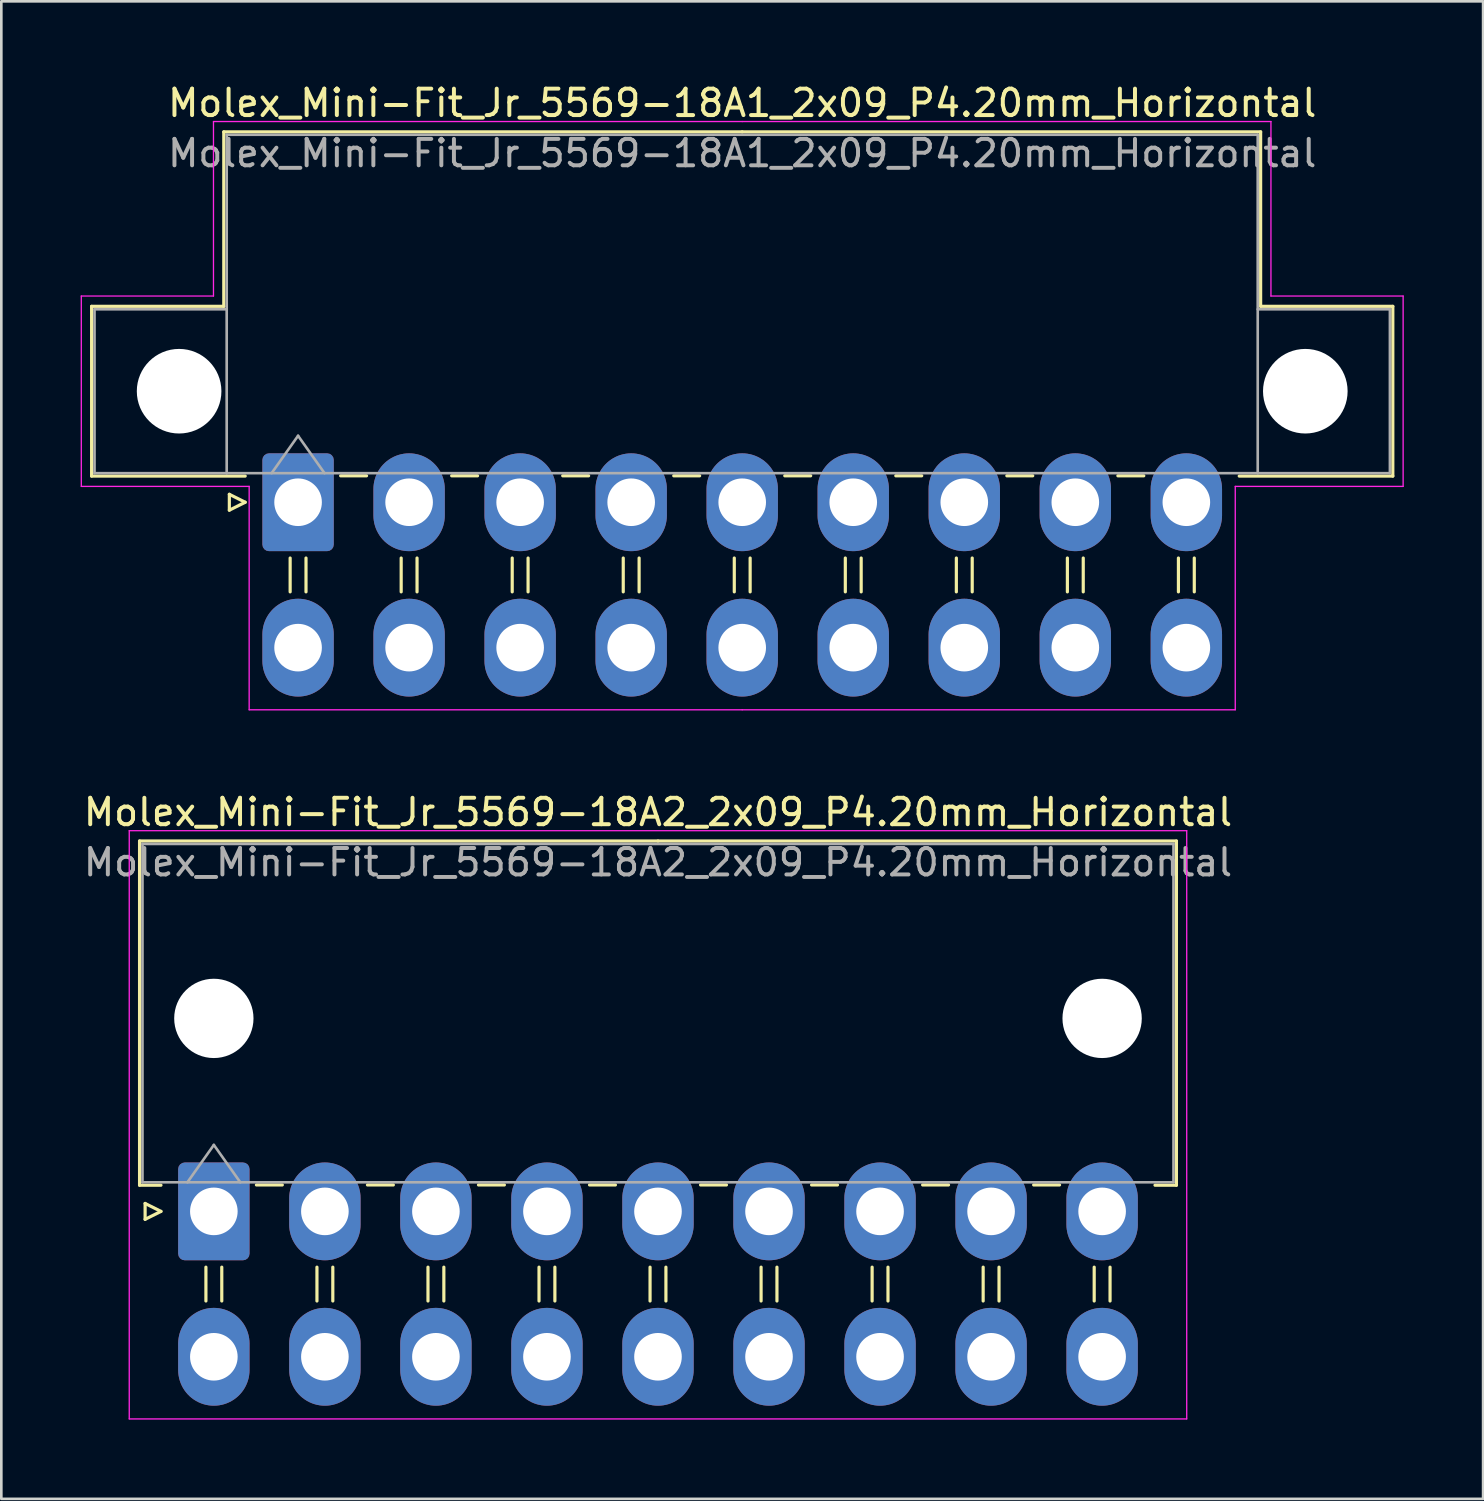
<source format=kicad_pcb>
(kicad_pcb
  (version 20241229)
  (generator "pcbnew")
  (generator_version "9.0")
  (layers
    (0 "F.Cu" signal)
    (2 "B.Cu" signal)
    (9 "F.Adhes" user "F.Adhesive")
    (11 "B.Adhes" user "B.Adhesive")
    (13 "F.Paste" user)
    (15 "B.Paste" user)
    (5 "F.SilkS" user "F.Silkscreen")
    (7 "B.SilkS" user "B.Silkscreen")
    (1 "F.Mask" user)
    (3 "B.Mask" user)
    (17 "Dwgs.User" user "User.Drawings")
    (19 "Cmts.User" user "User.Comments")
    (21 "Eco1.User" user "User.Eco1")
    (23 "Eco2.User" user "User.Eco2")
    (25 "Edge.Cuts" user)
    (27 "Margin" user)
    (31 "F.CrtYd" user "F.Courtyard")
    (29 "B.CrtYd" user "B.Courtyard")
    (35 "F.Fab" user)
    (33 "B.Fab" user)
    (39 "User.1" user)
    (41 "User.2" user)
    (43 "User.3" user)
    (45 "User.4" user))
  (footprint "Molex_Mini-Fit_Jr_5569-18A2_2x09_P4.20mm_Horizontal"
    (layer "F.Cu")
    (at 5.039 42.772)
    (property "Reference" "Molex_Mini-Fit_Jr_5569-18A2_2x09_P4.20mm_Horizontal" (at 16.8 -15.1 0) (layer "F.SilkS") (effects (font (size 1 1) (thickness 0.15))))
    (attr through_hole)
    (fp_line (start -2.81 -14.01) (end 16.8 -14.01) (stroke (width 0.12) (type solid)) (layer "F.SilkS"))
    (fp_line (start -2.81 -0.99) (end -2.81 -14.01) (stroke (width 0.12) (type solid)) (layer "F.SilkS"))
    (fp_line (start -2.6 -0.3) (end -2 0) (stroke (width 0.12) (type solid)) (layer "F.SilkS"))
    (fp_line (start -2.6 0.3) (end -2.6 -0.3) (stroke (width 0.12) (type solid)) (layer "F.SilkS"))
    (fp_line (start -2 -0.99) (end -2.81 -0.99) (stroke (width 0.12) (type solid)) (layer "F.SilkS"))
    (fp_line (start -2 0) (end -2.6 0.3) (stroke (width 0.12) (type solid)) (layer "F.SilkS"))
    (fp_line (start -0.3 2.11) (end -0.3 3.39) (stroke (width 0.12) (type solid)) (layer "F.SilkS"))
    (fp_line (start 0.3 2.11) (end 0.3 3.39) (stroke (width 0.12) (type solid)) (layer "F.SilkS"))
    (fp_line (start 1.61 -1) (end 2.59 -1) (stroke (width 0.12) (type solid)) (layer "F.SilkS"))
    (fp_line (start 3.9 2.11) (end 3.9 3.39) (stroke (width 0.12) (type solid)) (layer "F.SilkS"))
    (fp_line (start 4.5 2.11) (end 4.5 3.39) (stroke (width 0.12) (type solid)) (layer "F.SilkS"))
    (fp_line (start 5.81 -1) (end 6.79 -1) (stroke (width 0.12) (type solid)) (layer "F.SilkS"))
    (fp_line (start 8.1 2.11) (end 8.1 3.39) (stroke (width 0.12) (type solid)) (layer "F.SilkS"))
    (fp_line (start 8.7 2.11) (end 8.7 3.39) (stroke (width 0.12) (type solid)) (layer "F.SilkS"))
    (fp_line (start 10.01 -1) (end 10.99 -1) (stroke (width 0.12) (type solid)) (layer "F.SilkS"))
    (fp_line (start 12.3 2.11) (end 12.3 3.39) (stroke (width 0.12) (type solid)) (layer "F.SilkS"))
    (fp_line (start 12.9 2.11) (end 12.9 3.39) (stroke (width 0.12) (type solid)) (layer "F.SilkS"))
    (fp_line (start 14.21 -1) (end 15.19 -1) (stroke (width 0.12) (type solid)) (layer "F.SilkS"))
    (fp_line (start 16.5 2.11) (end 16.5 3.39) (stroke (width 0.12) (type solid)) (layer "F.SilkS"))
    (fp_line (start 17.1 2.11) (end 17.1 3.39) (stroke (width 0.12) (type solid)) (layer "F.SilkS"))
    (fp_line (start 18.41 -1) (end 19.39 -1) (stroke (width 0.12) (type solid)) (layer "F.SilkS"))
    (fp_line (start 20.7 2.11) (end 20.7 3.39) (stroke (width 0.12) (type solid)) (layer "F.SilkS"))
    (fp_line (start 21.3 2.11) (end 21.3 3.39) (stroke (width 0.12) (type solid)) (layer "F.SilkS"))
    (fp_line (start 22.61 -1) (end 23.59 -1) (stroke (width 0.12) (type solid)) (layer "F.SilkS"))
    (fp_line (start 24.9 2.11) (end 24.9 3.39) (stroke (width 0.12) (type solid)) (layer "F.SilkS"))
    (fp_line (start 25.5 2.11) (end 25.5 3.39) (stroke (width 0.12) (type solid)) (layer "F.SilkS"))
    (fp_line (start 26.81 -1) (end 27.79 -1) (stroke (width 0.12) (type solid)) (layer "F.SilkS"))
    (fp_line (start 29.1 2.11) (end 29.1 3.39) (stroke (width 0.12) (type solid)) (layer "F.SilkS"))
    (fp_line (start 29.7 2.11) (end 29.7 3.39) (stroke (width 0.12) (type solid)) (layer "F.SilkS"))
    (fp_line (start 31.01 -1) (end 31.99 -1) (stroke (width 0.12) (type solid)) (layer "F.SilkS"))
    (fp_line (start 33.3 2.11) (end 33.3 3.39) (stroke (width 0.12) (type solid)) (layer "F.SilkS"))
    (fp_line (start 33.9 2.11) (end 33.9 3.39) (stroke (width 0.12) (type solid)) (layer "F.SilkS"))
    (fp_line (start 35.6 -0.99) (end 36.41 -0.99) (stroke (width 0.12) (type solid)) (layer "F.SilkS"))
    (fp_line (start 36.41 -14.01) (end 16.8 -14.01) (stroke (width 0.12) (type solid)) (layer "F.SilkS"))
    (fp_line (start 36.41 -0.99) (end 36.41 -14.01) (stroke (width 0.12) (type solid)) (layer "F.SilkS"))
    (fp_line (start -3.2 -14.4) (end -3.2 7.85) (stroke (width 0.05) (type solid)) (layer "F.CrtYd"))
    (fp_line (start -3.2 7.85) (end 36.8 7.85) (stroke (width 0.05) (type solid)) (layer "F.CrtYd"))
    (fp_line (start 36.8 -14.4) (end -3.2 -14.4) (stroke (width 0.05) (type solid)) (layer "F.CrtYd"))
    (fp_line (start 36.8 7.85) (end 36.8 -14.4) (stroke (width 0.05) (type solid)) (layer "F.CrtYd"))
    (fp_line (start -2.7 -13.9) (end -2.7 -1.1) (stroke (width 0.1) (type solid)) (layer "F.Fab"))
    (fp_line (start -2.7 -1.1) (end 36.3 -1.1) (stroke (width 0.1) (type solid)) (layer "F.Fab"))
    (fp_line (start -1 -1.1) (end 0 -2.514) (stroke (width 0.1) (type solid)) (layer "F.Fab"))
    (fp_line (start 0 -2.514) (end 1 -1.1) (stroke (width 0.1) (type solid)) (layer "F.Fab"))
    (fp_line (start 36.3 -13.9) (end -2.7 -13.9) (stroke (width 0.1) (type solid)) (layer "F.Fab"))
    (fp_line (start 36.3 -1.1) (end 36.3 -13.9) (stroke (width 0.1) (type solid)) (layer "F.Fab"))
    (fp_text user "${REFERENCE}" (at 16.8 -13.2 0) (layer "F.Fab") (effects (font (size 1 1) (thickness 0.15))))
    (pad "" np_thru_hole circle (at 0 -7.3) (size 3 3) (drill 3) (layers "*.Cu" "*.Mask"))
    (pad "" np_thru_hole circle (at 33.6 -7.3) (size 3 3) (drill 3) (layers "*.Cu" "*.Mask"))
    (pad "1" thru_hole roundrect (at 0 0) (size 2.7 3.7) (drill 1.8) (layers "*.Cu" "*.Mask") (roundrect_rratio 0.093))
    (pad "2" thru_hole oval (at 4.2 0) (size 2.7 3.7) (drill 1.8) (layers "*.Cu" "*.Mask"))
    (pad "3" thru_hole oval (at 8.4 0) (size 2.7 3.7) (drill 1.8) (layers "*.Cu" "*.Mask"))
    (pad "4" thru_hole oval (at 12.6 0) (size 2.7 3.7) (drill 1.8) (layers "*.Cu" "*.Mask"))
    (pad "5" thru_hole oval (at 16.8 0) (size 2.7 3.7) (drill 1.8) (layers "*.Cu" "*.Mask"))
    (pad "6" thru_hole oval (at 21 0) (size 2.7 3.7) (drill 1.8) (layers "*.Cu" "*.Mask"))
    (pad "7" thru_hole oval (at 25.2 0) (size 2.7 3.7) (drill 1.8) (layers "*.Cu" "*.Mask"))
    (pad "8" thru_hole oval (at 29.4 0) (size 2.7 3.7) (drill 1.8) (layers "*.Cu" "*.Mask"))
    (pad "9" thru_hole oval (at 33.6 0) (size 2.7 3.7) (drill 1.8) (layers "*.Cu" "*.Mask"))
    (pad "10" thru_hole oval (at 0 5.5) (size 2.7 3.7) (drill 1.8) (layers "*.Cu" "*.Mask"))
    (pad "11" thru_hole oval (at 4.2 5.5) (size 2.7 3.7) (drill 1.8) (layers "*.Cu" "*.Mask"))
    (pad "12" thru_hole oval (at 8.4 5.5) (size 2.7 3.7) (drill 1.8) (layers "*.Cu" "*.Mask"))
    (pad "13" thru_hole oval (at 12.6 5.5) (size 2.7 3.7) (drill 1.8) (layers "*.Cu" "*.Mask"))
    (pad "14" thru_hole oval (at 16.8 5.5) (size 2.7 3.7) (drill 1.8) (layers "*.Cu" "*.Mask"))
    (pad "15" thru_hole oval (at 21 5.5) (size 2.7 3.7) (drill 1.8) (layers "*.Cu" "*.Mask"))
    (pad "16" thru_hole oval (at 25.2 5.5) (size 2.7 3.7) (drill 1.8) (layers "*.Cu" "*.Mask"))
    (pad "17" thru_hole oval (at 29.4 5.5) (size 2.7 3.7) (drill 1.8) (layers "*.Cu" "*.Mask"))
    (pad "18" thru_hole oval (at 33.6 5.5) (size 2.7 3.7) (drill 1.8) (layers "*.Cu" "*.Mask")))
  (footprint "Molex_Mini-Fit_Jr_5569-18A1_2x09_P4.20mm_Horizontal"
    (layer "F.Cu")
    (at 8.225 15.948)
    (property "Reference" "Molex_Mini-Fit_Jr_5569-18A1_2x09_P4.20mm_Horizontal" (at 16.8 -15.1 0) (layer "F.SilkS") (effects (font (size 1 1) (thickness 0.15))))
    (attr through_hole)
    (fp_line (start -7.81 -7.41) (end -7.81 -0.99) (stroke (width 0.12) (type solid)) (layer "F.SilkS"))
    (fp_line (start -7.81 -0.99) (end -2 -0.99) (stroke (width 0.12) (type solid)) (layer "F.SilkS"))
    (fp_line (start -2.81 -14.01) (end -2.81 -7.41) (stroke (width 0.12) (type solid)) (layer "F.SilkS"))
    (fp_line (start -2.81 -7.41) (end -7.81 -7.41) (stroke (width 0.12) (type solid)) (layer "F.SilkS"))
    (fp_line (start -2.6 -0.3) (end -2 0) (stroke (width 0.12) (type solid)) (layer "F.SilkS"))
    (fp_line (start -2.6 0.3) (end -2.6 -0.3) (stroke (width 0.12) (type solid)) (layer "F.SilkS"))
    (fp_line (start -2 0) (end -2.6 0.3) (stroke (width 0.12) (type solid)) (layer "F.SilkS"))
    (fp_line (start -0.3 2.11) (end -0.3 3.39) (stroke (width 0.12) (type solid)) (layer "F.SilkS"))
    (fp_line (start 0.3 2.11) (end 0.3 3.39) (stroke (width 0.12) (type solid)) (layer "F.SilkS"))
    (fp_line (start 1.61 -1) (end 2.59 -1) (stroke (width 0.12) (type solid)) (layer "F.SilkS"))
    (fp_line (start 3.9 2.11) (end 3.9 3.39) (stroke (width 0.12) (type solid)) (layer "F.SilkS"))
    (fp_line (start 4.5 2.11) (end 4.5 3.39) (stroke (width 0.12) (type solid)) (layer "F.SilkS"))
    (fp_line (start 5.81 -1) (end 6.79 -1) (stroke (width 0.12) (type solid)) (layer "F.SilkS"))
    (fp_line (start 8.1 2.11) (end 8.1 3.39) (stroke (width 0.12) (type solid)) (layer "F.SilkS"))
    (fp_line (start 8.7 2.11) (end 8.7 3.39) (stroke (width 0.12) (type solid)) (layer "F.SilkS"))
    (fp_line (start 10.01 -1) (end 10.99 -1) (stroke (width 0.12) (type solid)) (layer "F.SilkS"))
    (fp_line (start 12.3 2.11) (end 12.3 3.39) (stroke (width 0.12) (type solid)) (layer "F.SilkS"))
    (fp_line (start 12.9 2.11) (end 12.9 3.39) (stroke (width 0.12) (type solid)) (layer "F.SilkS"))
    (fp_line (start 14.21 -1) (end 15.19 -1) (stroke (width 0.12) (type solid)) (layer "F.SilkS"))
    (fp_line (start 16.5 2.11) (end 16.5 3.39) (stroke (width 0.12) (type solid)) (layer "F.SilkS"))
    (fp_line (start 16.8 -14.01) (end -2.81 -14.01) (stroke (width 0.12) (type solid)) (layer "F.SilkS"))
    (fp_line (start 16.8 -14.01) (end 36.41 -14.01) (stroke (width 0.12) (type solid)) (layer "F.SilkS"))
    (fp_line (start 17.1 2.11) (end 17.1 3.39) (stroke (width 0.12) (type solid)) (layer "F.SilkS"))
    (fp_line (start 18.41 -1) (end 19.39 -1) (stroke (width 0.12) (type solid)) (layer "F.SilkS"))
    (fp_line (start 20.7 2.11) (end 20.7 3.39) (stroke (width 0.12) (type solid)) (layer "F.SilkS"))
    (fp_line (start 21.3 2.11) (end 21.3 3.39) (stroke (width 0.12) (type solid)) (layer "F.SilkS"))
    (fp_line (start 22.61 -1) (end 23.59 -1) (stroke (width 0.12) (type solid)) (layer "F.SilkS"))
    (fp_line (start 24.9 2.11) (end 24.9 3.39) (stroke (width 0.12) (type solid)) (layer "F.SilkS"))
    (fp_line (start 25.5 2.11) (end 25.5 3.39) (stroke (width 0.12) (type solid)) (layer "F.SilkS"))
    (fp_line (start 26.81 -1) (end 27.79 -1) (stroke (width 0.12) (type solid)) (layer "F.SilkS"))
    (fp_line (start 29.1 2.11) (end 29.1 3.39) (stroke (width 0.12) (type solid)) (layer "F.SilkS"))
    (fp_line (start 29.7 2.11) (end 29.7 3.39) (stroke (width 0.12) (type solid)) (layer "F.SilkS"))
    (fp_line (start 31.01 -1) (end 31.99 -1) (stroke (width 0.12) (type solid)) (layer "F.SilkS"))
    (fp_line (start 33.3 2.11) (end 33.3 3.39) (stroke (width 0.12) (type solid)) (layer "F.SilkS"))
    (fp_line (start 33.9 2.11) (end 33.9 3.39) (stroke (width 0.12) (type solid)) (layer "F.SilkS"))
    (fp_line (start 36.41 -14.01) (end 36.41 -7.41) (stroke (width 0.12) (type solid)) (layer "F.SilkS"))
    (fp_line (start 36.41 -7.41) (end 41.41 -7.41) (stroke (width 0.12) (type solid)) (layer "F.SilkS"))
    (fp_line (start 41.41 -7.41) (end 41.41 -0.99) (stroke (width 0.12) (type solid)) (layer "F.SilkS"))
    (fp_line (start 41.41 -0.99) (end 35.6 -0.99) (stroke (width 0.12) (type solid)) (layer "F.SilkS"))
    (fp_line (start -8.2 -7.8) (end -8.2 -0.6) (stroke (width 0.05) (type solid)) (layer "F.CrtYd"))
    (fp_line (start -8.2 -0.6) (end -1.85 -0.6) (stroke (width 0.05) (type solid)) (layer "F.CrtYd"))
    (fp_line (start -3.2 -14.4) (end -3.2 -7.8) (stroke (width 0.05) (type solid)) (layer "F.CrtYd"))
    (fp_line (start -3.2 -7.8) (end -8.2 -7.8) (stroke (width 0.05) (type solid)) (layer "F.CrtYd"))
    (fp_line (start -1.85 -0.6) (end -1.85 7.85) (stroke (width 0.05) (type solid)) (layer "F.CrtYd"))
    (fp_line (start -1.85 7.85) (end 16.8 7.85) (stroke (width 0.05) (type solid)) (layer "F.CrtYd"))
    (fp_line (start 16.8 -14.4) (end -3.2 -14.4) (stroke (width 0.05) (type solid)) (layer "F.CrtYd"))
    (fp_line (start 16.8 -14.4) (end 36.8 -14.4) (stroke (width 0.05) (type solid)) (layer "F.CrtYd"))
    (fp_line (start 35.45 -0.6) (end 35.45 7.85) (stroke (width 0.05) (type solid)) (layer "F.CrtYd"))
    (fp_line (start 35.45 7.85) (end 16.8 7.85) (stroke (width 0.05) (type solid)) (layer "F.CrtYd"))
    (fp_line (start 36.8 -14.4) (end 36.8 -7.8) (stroke (width 0.05) (type solid)) (layer "F.CrtYd"))
    (fp_line (start 36.8 -7.8) (end 41.8 -7.8) (stroke (width 0.05) (type solid)) (layer "F.CrtYd"))
    (fp_line (start 41.8 -7.8) (end 41.8 -0.6) (stroke (width 0.05) (type solid)) (layer "F.CrtYd"))
    (fp_line (start 41.8 -0.6) (end 35.45 -0.6) (stroke (width 0.05) (type solid)) (layer "F.CrtYd"))
    (fp_line (start -7.7 -7.3) (end -7.7 -1.1) (stroke (width 0.1) (type solid)) (layer "F.Fab"))
    (fp_line (start -7.7 -1.1) (end -2.7 -1.1) (stroke (width 0.1) (type solid)) (layer "F.Fab"))
    (fp_line (start -2.7 -13.9) (end -2.7 -1.1) (stroke (width 0.1) (type solid)) (layer "F.Fab"))
    (fp_line (start -2.7 -7.3) (end -7.7 -7.3) (stroke (width 0.1) (type solid)) (layer "F.Fab"))
    (fp_line (start -2.7 -1.1) (end 36.3 -1.1) (stroke (width 0.1) (type solid)) (layer "F.Fab"))
    (fp_line (start -1 -1.1) (end 0 -2.514) (stroke (width 0.1) (type solid)) (layer "F.Fab"))
    (fp_line (start 0 -2.514) (end 1 -1.1) (stroke (width 0.1) (type solid)) (layer "F.Fab"))
    (fp_line (start 36.3 -13.9) (end -2.7 -13.9) (stroke (width 0.1) (type solid)) (layer "F.Fab"))
    (fp_line (start 36.3 -7.3) (end 41.3 -7.3) (stroke (width 0.1) (type solid)) (layer "F.Fab"))
    (fp_line (start 36.3 -1.1) (end 36.3 -13.9) (stroke (width 0.1) (type solid)) (layer "F.Fab"))
    (fp_line (start 41.3 -7.3) (end 41.3 -1.1) (stroke (width 0.1) (type solid)) (layer "F.Fab"))
    (fp_line (start 41.3 -1.1) (end 36.3 -1.1) (stroke (width 0.1) (type solid)) (layer "F.Fab"))
    (fp_text user "${REFERENCE}" (at 16.8 -13.2 0) (layer "F.Fab") (effects (font (size 1 1) (thickness 0.15))))
    (pad "" np_thru_hole circle (at -4.5 -4.2) (size 3.2 3.2) (drill 3.2) (layers "*.Cu" "*.Mask"))
    (pad "" np_thru_hole circle (at 38.1 -4.2) (size 3.2 3.2) (drill 3.2) (layers "*.Cu" "*.Mask"))
    (pad "1" thru_hole roundrect (at 0 0) (size 2.7 3.7) (drill 1.8) (layers "*.Cu" "*.Mask") (roundrect_rratio 0.093))
    (pad "2" thru_hole oval (at 4.2 0) (size 2.7 3.7) (drill 1.8) (layers "*.Cu" "*.Mask"))
    (pad "3" thru_hole oval (at 8.4 0) (size 2.7 3.7) (drill 1.8) (layers "*.Cu" "*.Mask"))
    (pad "4" thru_hole oval (at 12.6 0) (size 2.7 3.7) (drill 1.8) (layers "*.Cu" "*.Mask"))
    (pad "5" thru_hole oval (at 16.8 0) (size 2.7 3.7) (drill 1.8) (layers "*.Cu" "*.Mask"))
    (pad "6" thru_hole oval (at 21 0) (size 2.7 3.7) (drill 1.8) (layers "*.Cu" "*.Mask"))
    (pad "7" thru_hole oval (at 25.2 0) (size 2.7 3.7) (drill 1.8) (layers "*.Cu" "*.Mask"))
    (pad "8" thru_hole oval (at 29.4 0) (size 2.7 3.7) (drill 1.8) (layers "*.Cu" "*.Mask"))
    (pad "9" thru_hole oval (at 33.6 0) (size 2.7 3.7) (drill 1.8) (layers "*.Cu" "*.Mask"))
    (pad "10" thru_hole oval (at 0 5.5) (size 2.7 3.7) (drill 1.8) (layers "*.Cu" "*.Mask"))
    (pad "11" thru_hole oval (at 4.2 5.5) (size 2.7 3.7) (drill 1.8) (layers "*.Cu" "*.Mask"))
    (pad "12" thru_hole oval (at 8.4 5.5) (size 2.7 3.7) (drill 1.8) (layers "*.Cu" "*.Mask"))
    (pad "13" thru_hole oval (at 12.6 5.5) (size 2.7 3.7) (drill 1.8) (layers "*.Cu" "*.Mask"))
    (pad "14" thru_hole oval (at 16.8 5.5) (size 2.7 3.7) (drill 1.8) (layers "*.Cu" "*.Mask"))
    (pad "15" thru_hole oval (at 21 5.5) (size 2.7 3.7) (drill 1.8) (layers "*.Cu" "*.Mask"))
    (pad "16" thru_hole oval (at 25.2 5.5) (size 2.7 3.7) (drill 1.8) (layers "*.Cu" "*.Mask"))
    (pad "17" thru_hole oval (at 29.4 5.5) (size 2.7 3.7) (drill 1.8) (layers "*.Cu" "*.Mask"))
    (pad "18" thru_hole oval (at 33.6 5.5) (size 2.7 3.7) (drill 1.8) (layers "*.Cu" "*.Mask")))
  (gr_rect
    (start -3 -3)
    (end 53.05 53.647)
    (stroke (width 0.1) (type default))
    (fill no)
    (layer "Edge.Cuts")))
</source>
